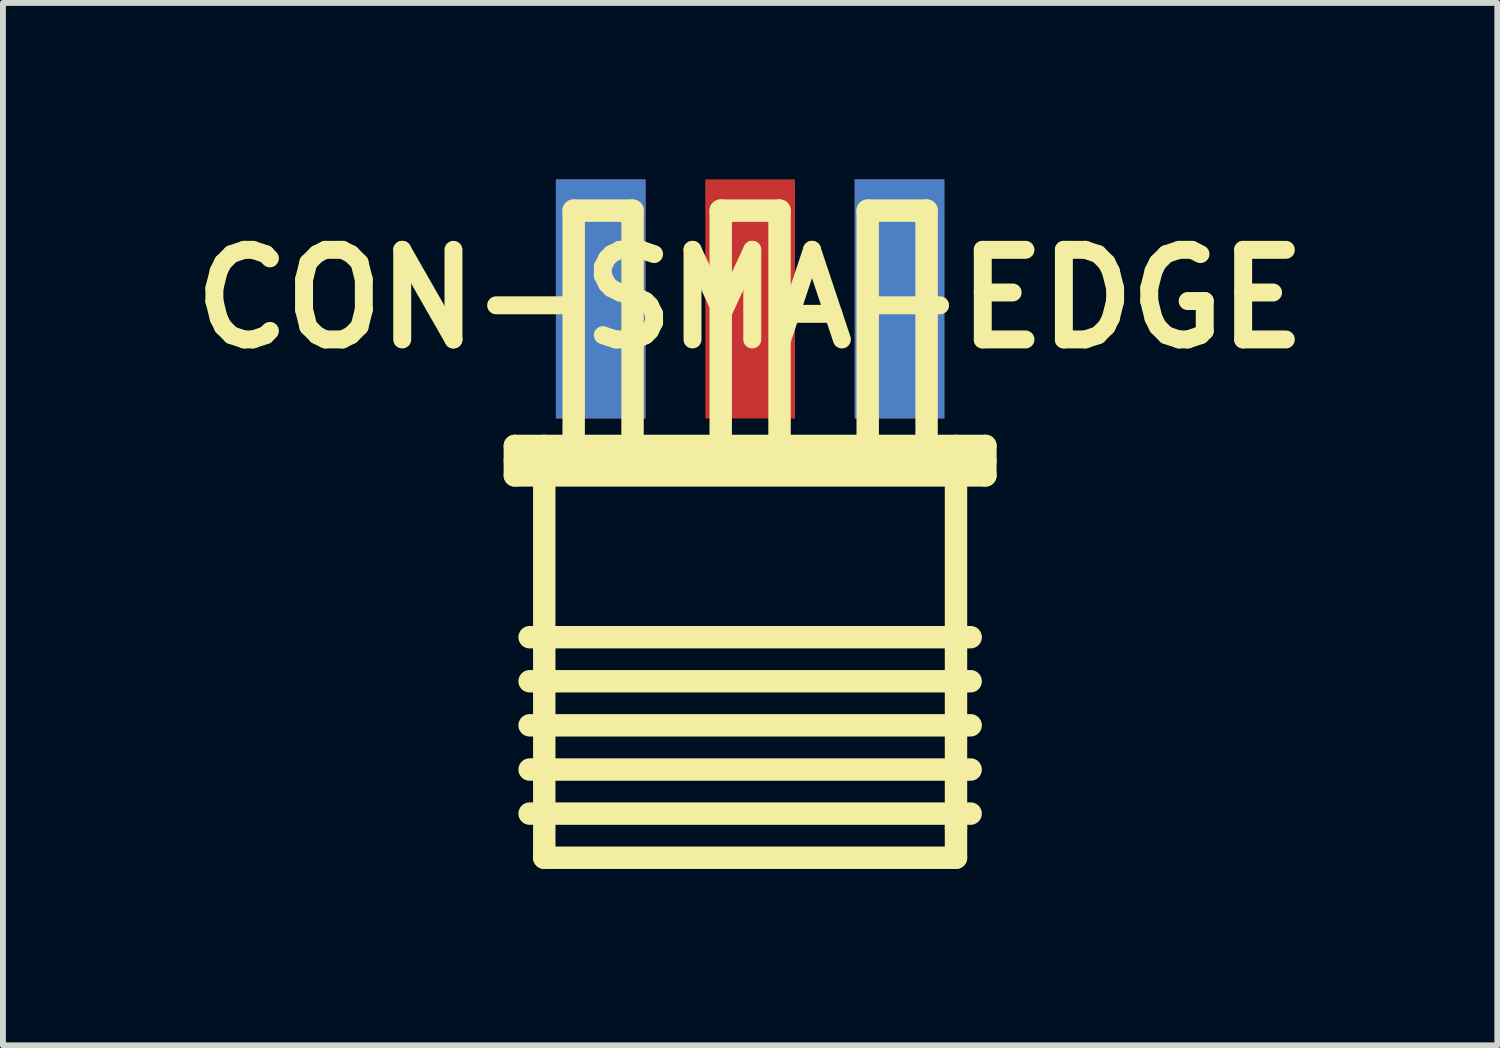
<source format=kicad_pcb>
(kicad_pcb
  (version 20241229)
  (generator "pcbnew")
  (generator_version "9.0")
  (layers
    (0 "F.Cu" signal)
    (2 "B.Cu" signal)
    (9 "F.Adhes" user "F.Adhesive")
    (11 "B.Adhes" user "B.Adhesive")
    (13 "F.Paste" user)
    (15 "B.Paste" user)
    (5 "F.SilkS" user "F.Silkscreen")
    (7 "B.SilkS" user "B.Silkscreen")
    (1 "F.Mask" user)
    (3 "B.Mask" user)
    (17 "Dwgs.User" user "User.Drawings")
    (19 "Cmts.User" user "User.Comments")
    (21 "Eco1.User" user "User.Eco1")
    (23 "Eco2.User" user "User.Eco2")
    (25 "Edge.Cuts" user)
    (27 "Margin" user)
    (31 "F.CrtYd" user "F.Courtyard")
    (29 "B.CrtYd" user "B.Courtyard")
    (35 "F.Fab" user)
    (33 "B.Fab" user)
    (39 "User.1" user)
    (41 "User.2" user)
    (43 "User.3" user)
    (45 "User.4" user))
  (footprint "CON-SMA-EDGE"
    (layer "F.Cu")
    (at 9.703 2.032)
    (property "Reference" "CON-SMA-EDGE" (at 0 0 0) (layer "F.SilkS") (effects (font (size 1.524 1.524) (thickness 0.305))))
    (attr through_hole)
    (fp_line (start -4 2.499) (end 4 2.499) (stroke (width 0.381) (type solid)) (layer "F.SilkS"))
    (fp_line (start -4 3) (end -4 2.499) (stroke (width 0.381) (type solid)) (layer "F.SilkS"))
    (fp_line (start -4 3) (end 4 3) (stroke (width 0.381) (type solid)) (layer "F.SilkS"))
    (fp_line (start -3.749 5.751) (end 3.749 5.751) (stroke (width 0.381) (type solid)) (layer "F.SilkS"))
    (fp_line (start -3.749 8.001) (end 3.749 8.001) (stroke (width 0.381) (type solid)) (layer "F.SilkS"))
    (fp_line (start -3.5 9.5) (end -3.5 2.499) (stroke (width 0.381) (type solid)) (layer "F.SilkS"))
    (fp_line (start -3.5 9.5) (end 3.5 9.5) (stroke (width 0.381) (type solid)) (layer "F.SilkS"))
    (fp_line (start -3 -1.501) (end -1.999 -1.501) (stroke (width 0.381) (type solid)) (layer "F.SilkS"))
    (fp_line (start -3 2.499) (end -3 -1.501) (stroke (width 0.381) (type solid)) (layer "F.SilkS"))
    (fp_line (start -1.999 -1.501) (end -1.999 2.499) (stroke (width 0.381) (type solid)) (layer "F.SilkS"))
    (fp_line (start -0.5 -1.501) (end 0.5 -1.501) (stroke (width 0.381) (type solid)) (layer "F.SilkS"))
    (fp_line (start -0.5 2.499) (end -0.5 -1.501) (stroke (width 0.381) (type solid)) (layer "F.SilkS"))
    (fp_line (start 0.5 -1.501) (end 0.5 2.499) (stroke (width 0.381) (type solid)) (layer "F.SilkS"))
    (fp_line (start 1.999 -1.501) (end 3 -1.501) (stroke (width 0.381) (type solid)) (layer "F.SilkS"))
    (fp_line (start 1.999 2.499) (end 1.999 -1.501) (stroke (width 0.381) (type solid)) (layer "F.SilkS"))
    (fp_line (start 3 -1.501) (end 3 2.499) (stroke (width 0.381) (type solid)) (layer "F.SilkS"))
    (fp_line (start 3.5 2.499) (end 3.5 8.999) (stroke (width 0.381) (type solid)) (layer "F.SilkS"))
    (fp_line (start 3.5 9.5) (end 3.5 8.999) (stroke (width 0.381) (type solid)) (layer "F.SilkS"))
    (fp_line (start 3.749 6.5) (end -3.749 6.5) (stroke (width 0.381) (type solid)) (layer "F.SilkS"))
    (fp_line (start 3.749 7.249) (end -3.749 7.249) (stroke (width 0.381) (type solid)) (layer "F.SilkS"))
    (fp_line (start 3.749 8.75) (end -3.749 8.75) (stroke (width 0.381) (type solid)) (layer "F.SilkS"))
    (fp_line (start 4 2.751) (end -4 2.751) (stroke (width 0.381) (type solid)) (layer "F.SilkS"))
    (fp_line (start 4 3) (end 4 2.499) (stroke (width 0.381) (type solid)) (layer "F.SilkS"))
    (pad "1" smd rect (at 0 0) (size 1.524 4.064) (layers "F.Cu" "F.Mask" "F.Paste"))
    (pad "2" smd rect (at -2.54 0) (size 1.524 4.064) (layers "F.Cu" "F.Mask" "F.Paste"))
    (pad "3" smd rect (at -2.54 0) (size 1.524 4.064) (layers "B.Cu" "B.Mask" "B.Paste"))
    (pad "4" smd rect (at 2.54 0) (size 1.524 4.064) (layers "F.Cu" "F.Mask" "F.Paste"))
    (pad "5" smd rect (at 2.54 0) (size 1.524 4.064) (layers "B.Cu" "B.Mask" "B.Paste")))
  (gr_rect
    (start -3 -3)
    (end 22.406 14.722)
    (stroke (width 0.1) (type default))
    (fill no)
    (layer "Edge.Cuts")))
</source>
